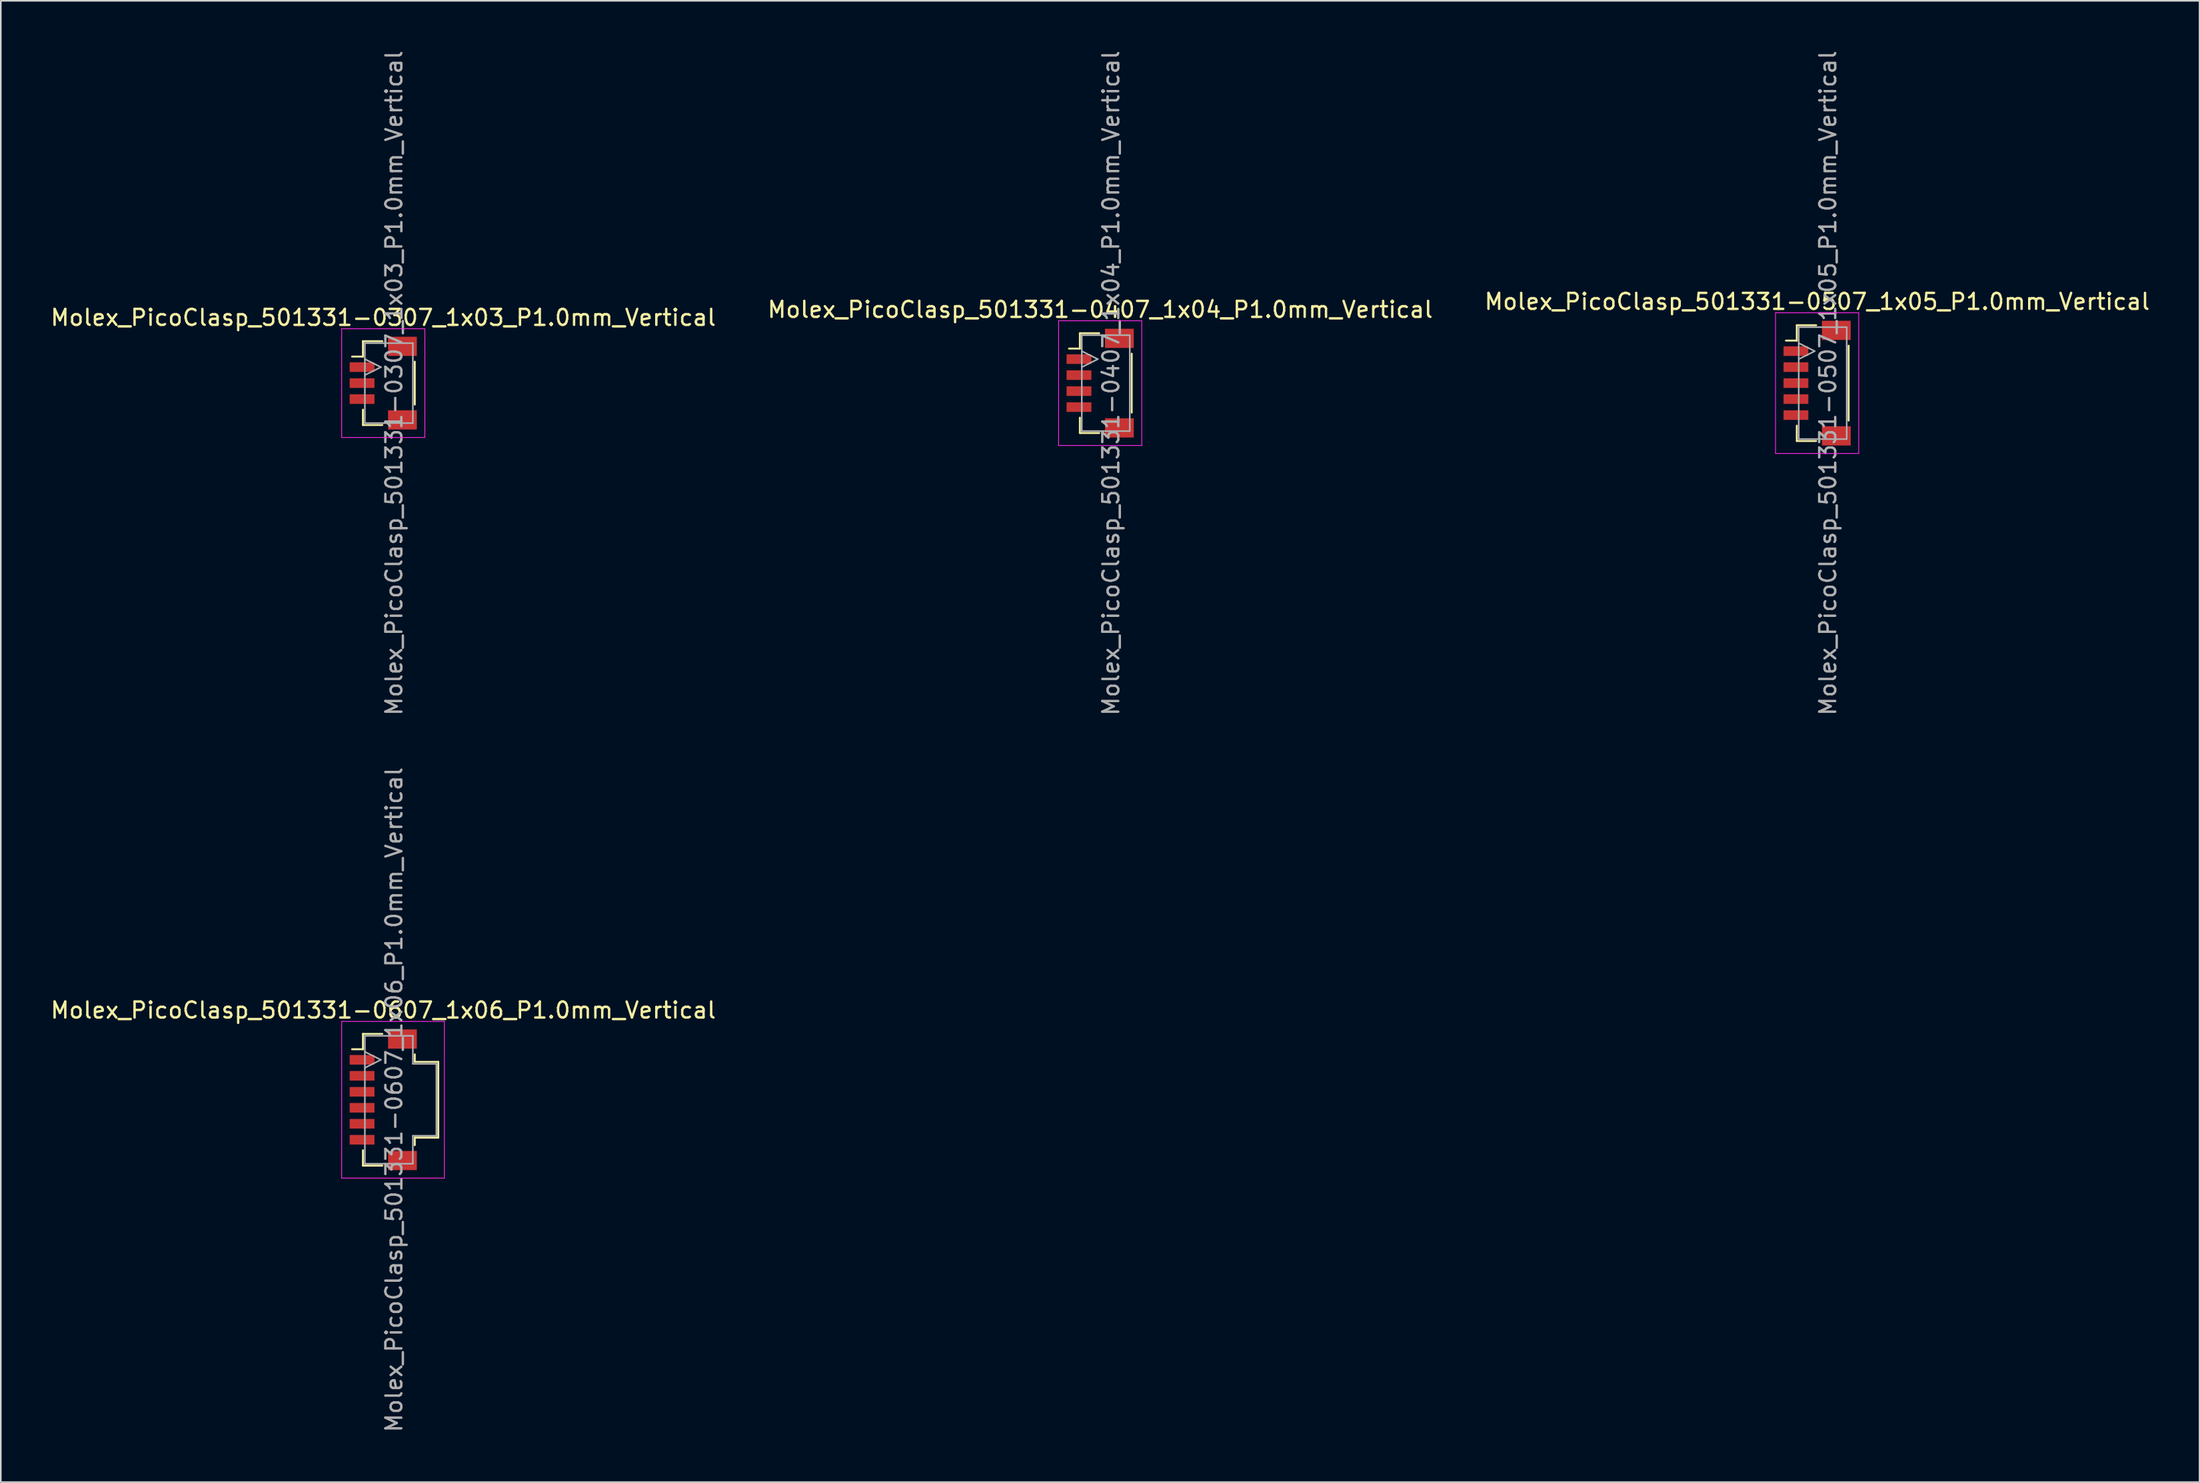
<source format=kicad_pcb>
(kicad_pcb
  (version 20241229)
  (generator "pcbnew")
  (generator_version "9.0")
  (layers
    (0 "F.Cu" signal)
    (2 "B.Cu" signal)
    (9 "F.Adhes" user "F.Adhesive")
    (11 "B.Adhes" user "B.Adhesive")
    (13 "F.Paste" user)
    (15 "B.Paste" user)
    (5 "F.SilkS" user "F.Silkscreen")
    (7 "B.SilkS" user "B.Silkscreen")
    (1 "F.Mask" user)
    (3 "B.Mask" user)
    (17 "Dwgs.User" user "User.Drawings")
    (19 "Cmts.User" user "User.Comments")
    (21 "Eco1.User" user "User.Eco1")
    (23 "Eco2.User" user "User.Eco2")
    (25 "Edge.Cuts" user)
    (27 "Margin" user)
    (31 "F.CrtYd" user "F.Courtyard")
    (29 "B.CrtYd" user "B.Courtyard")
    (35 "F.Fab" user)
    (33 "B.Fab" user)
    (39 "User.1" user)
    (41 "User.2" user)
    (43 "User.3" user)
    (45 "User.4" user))
  (footprint "Molex_PicoClasp_501331-0307_1x03_P1.0mm_Vertical"
    (layer "F.Cu")
    (at 20.911 20.911)
    (property "Reference" "Molex_PicoClasp_501331-0307_1x03_P1.0mm_Vertical" (at 0 -4.1 0) (layer "F.SilkS") (effects (font (size 1 1) (thickness 0.15))))
    (attr smd)
    (fp_line (start -1.95 -1.66) (end -1.27 -1.66) (stroke (width 0.12) (type solid)) (layer "F.SilkS"))
    (fp_line (start -1.27 -2.62) (end -0.06 -2.62) (stroke (width 0.12) (type solid)) (layer "F.SilkS"))
    (fp_line (start -1.27 -1.66) (end -1.27 -2.62) (stroke (width 0.12) (type solid)) (layer "F.SilkS"))
    (fp_line (start -1.27 1.66) (end -1.27 2.62) (stroke (width 0.12) (type solid)) (layer "F.SilkS"))
    (fp_line (start -1.27 2.62) (end -0.06 2.62) (stroke (width 0.12) (type solid)) (layer "F.SilkS"))
    (fp_line (start 1.97 -1.34) (end 1.97 1.34) (stroke (width 0.12) (type solid)) (layer "F.SilkS"))
    (fp_line (start -2.6 -3.4) (end -2.6 3.4) (stroke (width 0.05) (type solid)) (layer "F.CrtYd"))
    (fp_line (start -2.6 3.4) (end 2.6 3.4) (stroke (width 0.05) (type solid)) (layer "F.CrtYd"))
    (fp_line (start 2.6 -3.4) (end -2.6 -3.4) (stroke (width 0.05) (type solid)) (layer "F.CrtYd"))
    (fp_line (start 2.6 3.4) (end 2.6 -3.4) (stroke (width 0.05) (type solid)) (layer "F.CrtYd"))
    (fp_line (start -1.15 -2.5) (end -1.15 2.5) (stroke (width 0.1) (type solid)) (layer "F.Fab"))
    (fp_line (start -1.15 -0.5) (end -0.15 -1) (stroke (width 0.1) (type solid)) (layer "F.Fab"))
    (fp_line (start -1.15 2.5) (end 1.85 2.5) (stroke (width 0.1) (type solid)) (layer "F.Fab"))
    (fp_line (start -0.15 -1) (end -1.15 -1.5) (stroke (width 0.1) (type solid)) (layer "F.Fab"))
    (fp_line (start 1.85 -2.5) (end -1.15 -2.5) (stroke (width 0.1) (type solid)) (layer "F.Fab"))
    (fp_line (start 1.85 2.5) (end 1.85 -2.5) (stroke (width 0.1) (type solid)) (layer "F.Fab"))
    (fp_text user "${REFERENCE}" (at 0.675 0 90) (layer "F.Fab") (effects (font (size 1 1) (thickness 0.15))))
    (pad "" smd rect (at 1.2 -2.3) (size 1.8 1.2) (layers "F.Cu" "F.Mask" "F.Paste"))
    (pad "" smd rect (at 1.2 2.3) (size 1.8 1.2) (layers "F.Cu" "F.Mask" "F.Paste"))
    (pad "1" smd rect (at -1.325 -1) (size 1.55 0.6) (layers "F.Cu" "F.Mask" "F.Paste"))
    (pad "2" smd rect (at -1.325 0) (size 1.55 0.6) (layers "F.Cu" "F.Mask" "F.Paste"))
    (pad "3" smd rect (at -1.325 1) (size 1.55 0.6) (layers "F.Cu" "F.Mask" "F.Paste")))
  (footprint "Molex_PicoClasp_501331-0407_1x04_P1.0mm_Vertical"
    (layer "F.Cu")
    (at 65.732 20.911)
    (property "Reference" "Molex_PicoClasp_501331-0407_1x04_P1.0mm_Vertical" (at 0 -4.6 0) (layer "F.SilkS") (effects (font (size 1 1) (thickness 0.15))))
    (attr smd)
    (fp_line (start -1.95 -2.16) (end -1.27 -2.16) (stroke (width 0.12) (type solid)) (layer "F.SilkS"))
    (fp_line (start -1.27 -3.12) (end -0.06 -3.12) (stroke (width 0.12) (type solid)) (layer "F.SilkS"))
    (fp_line (start -1.27 -2.16) (end -1.27 -3.12) (stroke (width 0.12) (type solid)) (layer "F.SilkS"))
    (fp_line (start -1.27 2.16) (end -1.27 3.12) (stroke (width 0.12) (type solid)) (layer "F.SilkS"))
    (fp_line (start -1.27 3.12) (end -0.06 3.12) (stroke (width 0.12) (type solid)) (layer "F.SilkS"))
    (fp_line (start 1.97 -1.84) (end 1.97 1.84) (stroke (width 0.12) (type solid)) (layer "F.SilkS"))
    (fp_line (start -2.6 -3.9) (end -2.6 3.9) (stroke (width 0.05) (type solid)) (layer "F.CrtYd"))
    (fp_line (start -2.6 3.9) (end 2.6 3.9) (stroke (width 0.05) (type solid)) (layer "F.CrtYd"))
    (fp_line (start 2.6 -3.9) (end -2.6 -3.9) (stroke (width 0.05) (type solid)) (layer "F.CrtYd"))
    (fp_line (start 2.6 3.9) (end 2.6 -3.9) (stroke (width 0.05) (type solid)) (layer "F.CrtYd"))
    (fp_line (start -1.15 -3) (end -1.15 3) (stroke (width 0.1) (type solid)) (layer "F.Fab"))
    (fp_line (start -1.15 -1) (end -0.15 -1.5) (stroke (width 0.1) (type solid)) (layer "F.Fab"))
    (fp_line (start -1.15 3) (end 1.85 3) (stroke (width 0.1) (type solid)) (layer "F.Fab"))
    (fp_line (start -0.15 -1.5) (end -1.15 -2) (stroke (width 0.1) (type solid)) (layer "F.Fab"))
    (fp_line (start 1.85 -3) (end -1.15 -3) (stroke (width 0.1) (type solid)) (layer "F.Fab"))
    (fp_line (start 1.85 3) (end 1.85 -3) (stroke (width 0.1) (type solid)) (layer "F.Fab"))
    (fp_text user "${REFERENCE}" (at 0.675 0 90) (layer "F.Fab") (effects (font (size 1 1) (thickness 0.15))))
    (pad "" smd rect (at 1.2 -2.8) (size 1.8 1.2) (layers "F.Cu" "F.Mask" "F.Paste"))
    (pad "" smd rect (at 1.2 2.8) (size 1.8 1.2) (layers "F.Cu" "F.Mask" "F.Paste"))
    (pad "1" smd rect (at -1.325 -1.5) (size 1.55 0.6) (layers "F.Cu" "F.Mask" "F.Paste"))
    (pad "2" smd rect (at -1.325 -0.5) (size 1.55 0.6) (layers "F.Cu" "F.Mask" "F.Paste"))
    (pad "3" smd rect (at -1.325 0.5) (size 1.55 0.6) (layers "F.Cu" "F.Mask" "F.Paste"))
    (pad "4" smd rect (at -1.325 1.5) (size 1.55 0.6) (layers "F.Cu" "F.Mask" "F.Paste")))
  (footprint "Molex_PicoClasp_501331-0507_1x05_P1.0mm_Vertical"
    (layer "F.Cu")
    (at 110.554 20.911)
    (property "Reference" "Molex_PicoClasp_501331-0507_1x05_P1.0mm_Vertical" (at 0 -5.1 0) (layer "F.SilkS") (effects (font (size 1 1) (thickness 0.15))))
    (attr smd)
    (fp_line (start -1.95 -2.66) (end -1.27 -2.66) (stroke (width 0.12) (type solid)) (layer "F.SilkS"))
    (fp_line (start -1.27 -3.62) (end -0.06 -3.62) (stroke (width 0.12) (type solid)) (layer "F.SilkS"))
    (fp_line (start -1.27 -2.66) (end -1.27 -3.62) (stroke (width 0.12) (type solid)) (layer "F.SilkS"))
    (fp_line (start -1.27 2.66) (end -1.27 3.62) (stroke (width 0.12) (type solid)) (layer "F.SilkS"))
    (fp_line (start -1.27 3.62) (end -0.06 3.62) (stroke (width 0.12) (type solid)) (layer "F.SilkS"))
    (fp_line (start 1.97 -2.34) (end 1.97 2.34) (stroke (width 0.12) (type solid)) (layer "F.SilkS"))
    (fp_line (start -2.6 -4.4) (end -2.6 4.4) (stroke (width 0.05) (type solid)) (layer "F.CrtYd"))
    (fp_line (start -2.6 4.4) (end 2.6 4.4) (stroke (width 0.05) (type solid)) (layer "F.CrtYd"))
    (fp_line (start 2.6 -4.4) (end -2.6 -4.4) (stroke (width 0.05) (type solid)) (layer "F.CrtYd"))
    (fp_line (start 2.6 4.4) (end 2.6 -4.4) (stroke (width 0.05) (type solid)) (layer "F.CrtYd"))
    (fp_line (start -1.15 -3.5) (end -1.15 3.5) (stroke (width 0.1) (type solid)) (layer "F.Fab"))
    (fp_line (start -1.15 -1.5) (end -0.15 -2) (stroke (width 0.1) (type solid)) (layer "F.Fab"))
    (fp_line (start -1.15 3.5) (end 1.85 3.5) (stroke (width 0.1) (type solid)) (layer "F.Fab"))
    (fp_line (start -0.15 -2) (end -1.15 -2.5) (stroke (width 0.1) (type solid)) (layer "F.Fab"))
    (fp_line (start 1.85 -3.5) (end -1.15 -3.5) (stroke (width 0.1) (type solid)) (layer "F.Fab"))
    (fp_line (start 1.85 3.5) (end 1.85 -3.5) (stroke (width 0.1) (type solid)) (layer "F.Fab"))
    (fp_text user "${REFERENCE}" (at 0.675 0 90) (layer "F.Fab") (effects (font (size 1 1) (thickness 0.15))))
    (pad "" smd rect (at 1.2 -3.3) (size 1.8 1.2) (layers "F.Cu" "F.Mask" "F.Paste"))
    (pad "" smd rect (at 1.2 3.3) (size 1.8 1.2) (layers "F.Cu" "F.Mask" "F.Paste"))
    (pad "1" smd rect (at -1.325 -2) (size 1.55 0.6) (layers "F.Cu" "F.Mask" "F.Paste"))
    (pad "2" smd rect (at -1.325 -1) (size 1.55 0.6) (layers "F.Cu" "F.Mask" "F.Paste"))
    (pad "3" smd rect (at -1.325 0) (size 1.55 0.6) (layers "F.Cu" "F.Mask" "F.Paste"))
    (pad "4" smd rect (at -1.325 1) (size 1.55 0.6) (layers "F.Cu" "F.Mask" "F.Paste"))
    (pad "5" smd rect (at -1.325 2) (size 1.55 0.6) (layers "F.Cu" "F.Mask" "F.Paste")))
  (footprint "Molex_PicoClasp_501331-0607_1x06_P1.0mm_Vertical"
    (layer "F.Cu")
    (at 20.911 65.732)
    (property "Reference" "Molex_PicoClasp_501331-0607_1x06_P1.0mm_Vertical" (at 0 -5.6 0) (layer "F.SilkS") (effects (font (size 1 1) (thickness 0.15))))
    (attr smd)
    (fp_line (start -1.95 -3.16) (end -1.27 -3.16) (stroke (width 0.12) (type solid)) (layer "F.SilkS"))
    (fp_line (start -1.27 -4.12) (end -0.06 -4.12) (stroke (width 0.12) (type solid)) (layer "F.SilkS"))
    (fp_line (start -1.27 -3.16) (end -1.27 -4.12) (stroke (width 0.12) (type solid)) (layer "F.SilkS"))
    (fp_line (start -1.27 3.16) (end -1.27 4.12) (stroke (width 0.12) (type solid)) (layer "F.SilkS"))
    (fp_line (start -1.27 4.12) (end -0.06 4.12) (stroke (width 0.12) (type solid)) (layer "F.SilkS"))
    (fp_line (start 1.97 -2.84) (end 1.97 -2.37) (stroke (width 0.12) (type solid)) (layer "F.SilkS"))
    (fp_line (start 1.97 -2.37) (end 3.44 -2.37) (stroke (width 0.12) (type solid)) (layer "F.SilkS"))
    (fp_line (start 1.97 2.37) (end 1.97 2.84) (stroke (width 0.12) (type solid)) (layer "F.SilkS"))
    (fp_line (start 3.44 -2.37) (end 3.44 2.37) (stroke (width 0.12) (type solid)) (layer "F.SilkS"))
    (fp_line (start 3.44 2.37) (end 1.97 2.37) (stroke (width 0.12) (type solid)) (layer "F.SilkS"))
    (fp_line (start -2.6 -4.9) (end -2.6 4.9) (stroke (width 0.05) (type solid)) (layer "F.CrtYd"))
    (fp_line (start -2.6 4.9) (end 3.82 4.9) (stroke (width 0.05) (type solid)) (layer "F.CrtYd"))
    (fp_line (start 3.82 -4.9) (end -2.6 -4.9) (stroke (width 0.05) (type solid)) (layer "F.CrtYd"))
    (fp_line (start 3.82 4.9) (end 3.82 -4.9) (stroke (width 0.05) (type solid)) (layer "F.CrtYd"))
    (fp_line (start -1.15 -4) (end 1.85 -4) (stroke (width 0.1) (type solid)) (layer "F.Fab"))
    (fp_line (start -1.15 -2) (end -0.15 -2.5) (stroke (width 0.1) (type solid)) (layer "F.Fab"))
    (fp_line (start -1.15 4) (end -1.15 -4) (stroke (width 0.1) (type solid)) (layer "F.Fab"))
    (fp_line (start -0.15 -2.5) (end -1.15 -3) (stroke (width 0.1) (type solid)) (layer "F.Fab"))
    (fp_line (start 1.85 -4) (end 1.85 -2.25) (stroke (width 0.1) (type solid)) (layer "F.Fab"))
    (fp_line (start 1.85 -2.25) (end 3.32 -2.25) (stroke (width 0.1) (type solid)) (layer "F.Fab"))
    (fp_line (start 1.85 2.25) (end 1.85 4) (stroke (width 0.1) (type solid)) (layer "F.Fab"))
    (fp_line (start 1.85 4) (end -1.15 4) (stroke (width 0.1) (type solid)) (layer "F.Fab"))
    (fp_line (start 3.32 -2.25) (end 3.32 2.25) (stroke (width 0.1) (type solid)) (layer "F.Fab"))
    (fp_line (start 3.32 2.25) (end 1.85 2.25) (stroke (width 0.1) (type solid)) (layer "F.Fab"))
    (fp_text user "${REFERENCE}" (at 0.675 0 90) (layer "F.Fab") (effects (font (size 1 1) (thickness 0.15))))
    (pad "" smd rect (at 1.2 -3.8) (size 1.8 1.2) (layers "F.Cu" "F.Mask" "F.Paste"))
    (pad "" smd rect (at 1.2 3.8) (size 1.8 1.2) (layers "F.Cu" "F.Mask" "F.Paste"))
    (pad "1" smd rect (at -1.325 -2.5) (size 1.55 0.6) (layers "F.Cu" "F.Mask" "F.Paste"))
    (pad "2" smd rect (at -1.325 -1.5) (size 1.55 0.6) (layers "F.Cu" "F.Mask" "F.Paste"))
    (pad "3" smd rect (at -1.325 -0.5) (size 1.55 0.6) (layers "F.Cu" "F.Mask" "F.Paste"))
    (pad "4" smd rect (at -1.325 0.5) (size 1.55 0.6) (layers "F.Cu" "F.Mask" "F.Paste"))
    (pad "5" smd rect (at -1.325 1.5) (size 1.55 0.6) (layers "F.Cu" "F.Mask" "F.Paste"))
    (pad "6" smd rect (at -1.325 2.5) (size 1.55 0.6) (layers "F.Cu" "F.Mask" "F.Paste")))
  (gr_rect
    (start -3 -3)
    (end 134.464 89.643)
    (stroke (width 0.1) (type default))
    (fill no)
    (layer "Edge.Cuts")))
</source>
